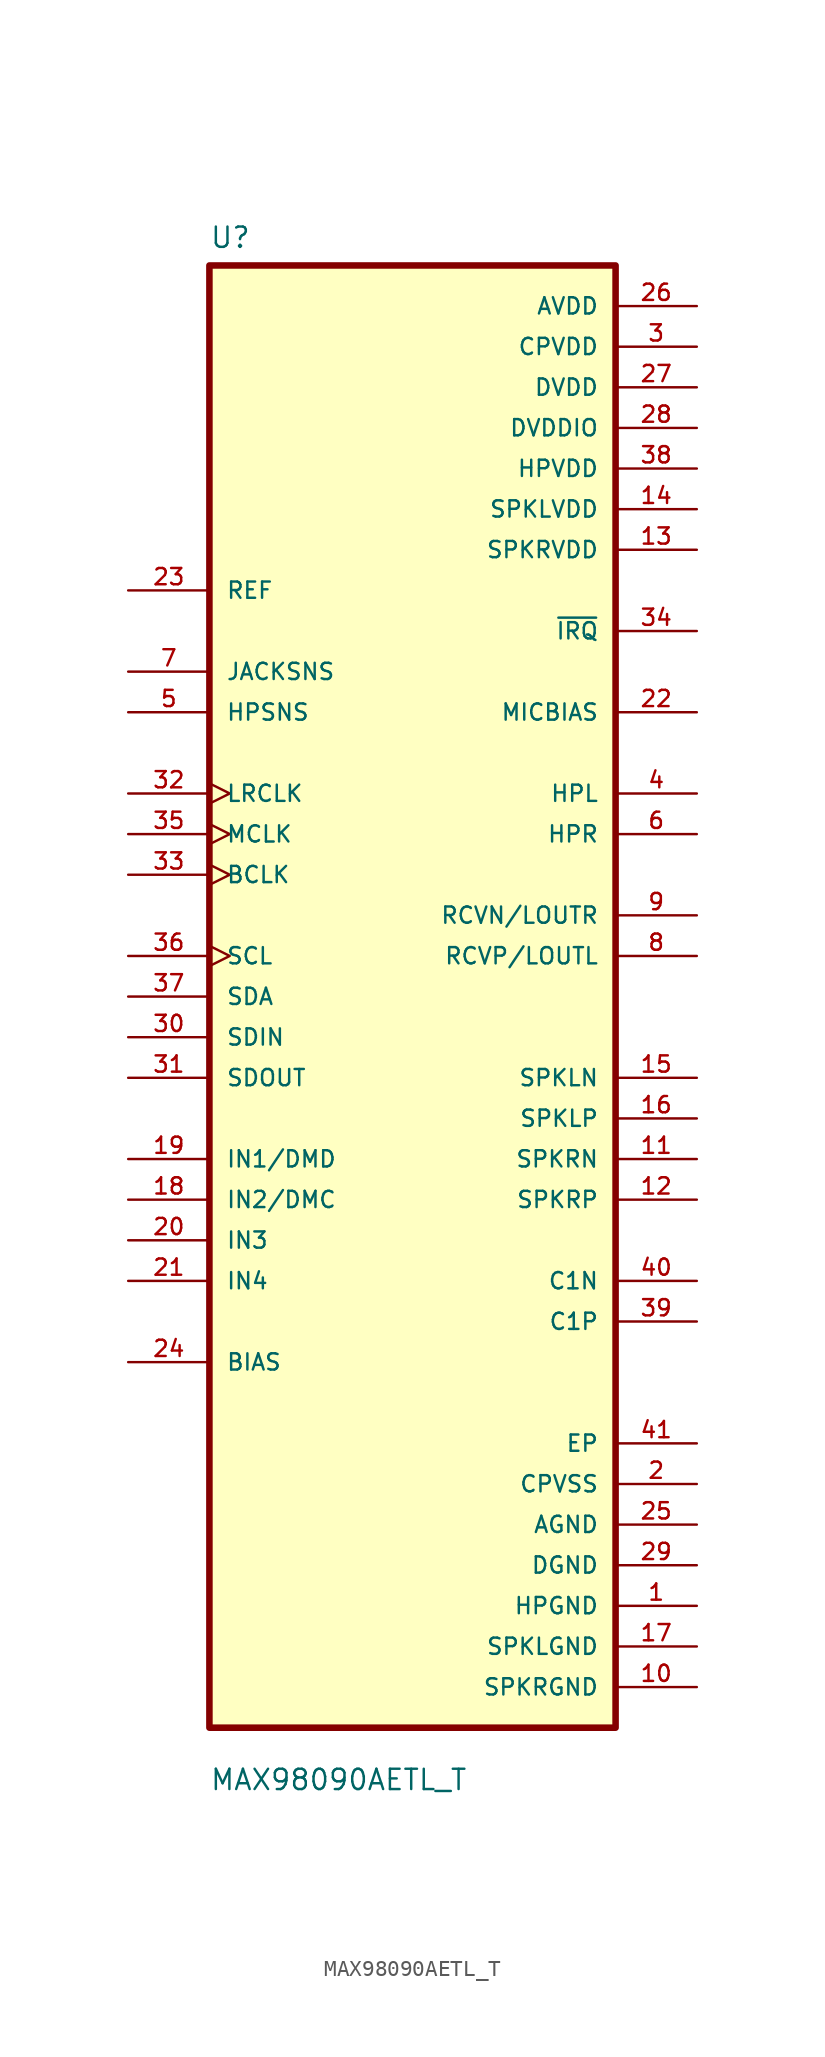
<source format=kicad_sym>
(kicad_symbol_lib
  (version 20211014)
  (generator kicad_symbol_editor)
  (symbol "MAX98090AETL_T"
    (pin_names
      (offset 1.016))
    (property "Reference" "U"
      (at -12.7 46.72 0.0)
      (effects (font (size 1.27 1.27)) (justify bottom left)))
    (property "Value" "MAX98090AETL_T"
      (at -12.7 -49.72 0.0)
      (effects (font (size 1.27 1.27)) (justify bottom left)))
    (symbol "MAX98090AETL_T_0_0"
      (rectangle (start -12.7 -45.72) (end 12.7 45.72) (stroke (width 0.41)) (fill (type background)))
      (pin input clock (at -17.78 7.62 0) (length 5.08) (name "BCLK" (effects (font (size 1.016 1.016)))) (number "33" (effects (font (size 1.016 1.016)))))
      (pin input line (at -17.78 17.78 0) (length 5.08) (name "HPSNS" (effects (font (size 1.016 1.016)))) (number "5" (effects (font (size 1.016 1.016)))))
      (pin input line (at -17.78 -10.16 0) (length 5.08) (name "IN1/DMD" (effects (font (size 1.016 1.016)))) (number "19" (effects (font (size 1.016 1.016)))))
      (pin input line (at -17.78 -12.7 0) (length 5.08) (name "IN2/DMC" (effects (font (size 1.016 1.016)))) (number "18" (effects (font (size 1.016 1.016)))))
      (pin input line (at -17.78 -15.24 0) (length 5.08) (name "IN3" (effects (font (size 1.016 1.016)))) (number "20" (effects (font (size 1.016 1.016)))))
      (pin input line (at -17.78 -17.78 0) (length 5.08) (name "IN4" (effects (font (size 1.016 1.016)))) (number "21" (effects (font (size 1.016 1.016)))))
      (pin input line (at -17.78 20.32 0) (length 5.08) (name "JACKSNS" (effects (font (size 1.016 1.016)))) (number "7" (effects (font (size 1.016 1.016)))))
      (pin input clock (at -17.78 12.7 0) (length 5.08) (name "LRCLK" (effects (font (size 1.016 1.016)))) (number "32" (effects (font (size 1.016 1.016)))))
      (pin input clock (at -17.78 10.16 0) (length 5.08) (name "MCLK" (effects (font (size 1.016 1.016)))) (number "35" (effects (font (size 1.016 1.016)))))
      (pin input line (at -17.78 25.4 0) (length 5.08) (name "REF" (effects (font (size 1.016 1.016)))) (number "23" (effects (font (size 1.016 1.016)))))
      (pin input clock (at -17.78 2.54 0) (length 5.08) (name "SCL" (effects (font (size 1.016 1.016)))) (number "36" (effects (font (size 1.016 1.016)))))
      (pin input line (at -17.78 -2.54 0) (length 5.08) (name "SDIN" (effects (font (size 1.016 1.016)))) (number "30" (effects (font (size 1.016 1.016)))))
      (pin passive line (at -17.78 -22.86 0) (length 5.08) (name "BIAS" (effects (font (size 1.016 1.016)))) (number "24" (effects (font (size 1.016 1.016)))))
      (pin passive line (at 17.78 -17.78 180.0) (length 5.08) (name "C1N" (effects (font (size 1.016 1.016)))) (number "40" (effects (font (size 1.016 1.016)))))
      (pin passive line (at 17.78 -20.32 180.0) (length 5.08) (name "C1P" (effects (font (size 1.016 1.016)))) (number "39" (effects (font (size 1.016 1.016)))))
      (pin bidirectional line (at -17.78 0.0 0) (length 5.08) (name "SDA" (effects (font (size 1.016 1.016)))) (number "37" (effects (font (size 1.016 1.016)))))
      (pin power_in line (at 17.78 43.18 180.0) (length 5.08) (name "AVDD" (effects (font (size 1.016 1.016)))) (number "26" (effects (font (size 1.016 1.016)))))
      (pin power_in line (at 17.78 40.64 180.0) (length 5.08) (name "CPVDD" (effects (font (size 1.016 1.016)))) (number "3" (effects (font (size 1.016 1.016)))))
      (pin power_in line (at 17.78 38.1 180.0) (length 5.08) (name "DVDD" (effects (font (size 1.016 1.016)))) (number "27" (effects (font (size 1.016 1.016)))))
      (pin power_in line (at 17.78 35.56 180.0) (length 5.08) (name "DVDDIO" (effects (font (size 1.016 1.016)))) (number "28" (effects (font (size 1.016 1.016)))))
      (pin power_in line (at 17.78 33.02 180.0) (length 5.08) (name "HPVDD" (effects (font (size 1.016 1.016)))) (number "38" (effects (font (size 1.016 1.016)))))
      (pin power_in line (at 17.78 30.48 180.0) (length 5.08) (name "SPKLVDD" (effects (font (size 1.016 1.016)))) (number "14" (effects (font (size 1.016 1.016)))))
      (pin power_in line (at 17.78 27.94 180.0) (length 5.08) (name "SPKRVDD" (effects (font (size 1.016 1.016)))) (number "13" (effects (font (size 1.016 1.016)))))
      (pin output line (at 17.78 22.86 180.0) (length 5.08) (name "~{IRQ}" (effects (font (size 1.016 1.016)))) (number "34" (effects (font (size 1.016 1.016)))))
      (pin output line (at 17.78 12.7 180.0) (length 5.08) (name "HPL" (effects (font (size 1.016 1.016)))) (number "4" (effects (font (size 1.016 1.016)))))
      (pin output line (at 17.78 10.16 180.0) (length 5.08) (name "HPR" (effects (font (size 1.016 1.016)))) (number "6" (effects (font (size 1.016 1.016)))))
      (pin output line (at 17.78 17.78 180.0) (length 5.08) (name "MICBIAS" (effects (font (size 1.016 1.016)))) (number "22" (effects (font (size 1.016 1.016)))))
      (pin output line (at 17.78 5.08 180.0) (length 5.08) (name "RCVN/LOUTR" (effects (font (size 1.016 1.016)))) (number "9" (effects (font (size 1.016 1.016)))))
      (pin output line (at 17.78 2.54 180.0) (length 5.08) (name "RCVP/LOUTL" (effects (font (size 1.016 1.016)))) (number "8" (effects (font (size 1.016 1.016)))))
      (pin output line (at -17.78 -5.08 0) (length 5.08) (name "SDOUT" (effects (font (size 1.016 1.016)))) (number "31" (effects (font (size 1.016 1.016)))))
      (pin output line (at 17.78 -5.08 180.0) (length 5.08) (name "SPKLN" (effects (font (size 1.016 1.016)))) (number "15" (effects (font (size 1.016 1.016)))))
      (pin output line (at 17.78 -7.62 180.0) (length 5.08) (name "SPKLP" (effects (font (size 1.016 1.016)))) (number "16" (effects (font (size 1.016 1.016)))))
      (pin output line (at 17.78 -10.16 180.0) (length 5.08) (name "SPKRN" (effects (font (size 1.016 1.016)))) (number "11" (effects (font (size 1.016 1.016)))))
      (pin output line (at 17.78 -12.7 180.0) (length 5.08) (name "SPKRP" (effects (font (size 1.016 1.016)))) (number "12" (effects (font (size 1.016 1.016)))))
      (pin power_in line (at 17.78 -27.94 180.0) (length 5.08) (name "EP" (effects (font (size 1.016 1.016)))) (number "41" (effects (font (size 1.016 1.016)))))
      (pin power_in line (at 17.78 -30.48 180.0) (length 5.08) (name "CPVSS" (effects (font (size 1.016 1.016)))) (number "2" (effects (font (size 1.016 1.016)))))
      (pin power_in line (at 17.78 -33.02 180.0) (length 5.08) (name "AGND" (effects (font (size 1.016 1.016)))) (number "25" (effects (font (size 1.016 1.016)))))
      (pin power_in line (at 17.78 -35.56 180.0) (length 5.08) (name "DGND" (effects (font (size 1.016 1.016)))) (number "29" (effects (font (size 1.016 1.016)))))
      (pin power_in line (at 17.78 -38.1 180.0) (length 5.08) (name "HPGND" (effects (font (size 1.016 1.016)))) (number "1" (effects (font (size 1.016 1.016)))))
      (pin power_in line (at 17.78 -40.64 180.0) (length 5.08) (name "SPKLGND" (effects (font (size 1.016 1.016)))) (number "17" (effects (font (size 1.016 1.016)))))
      (pin power_in line (at 17.78 -43.18 180.0) (length 5.08) (name "SPKRGND" (effects (font (size 1.016 1.016)))) (number "10" (effects (font (size 1.016 1.016))))))))
</source>
